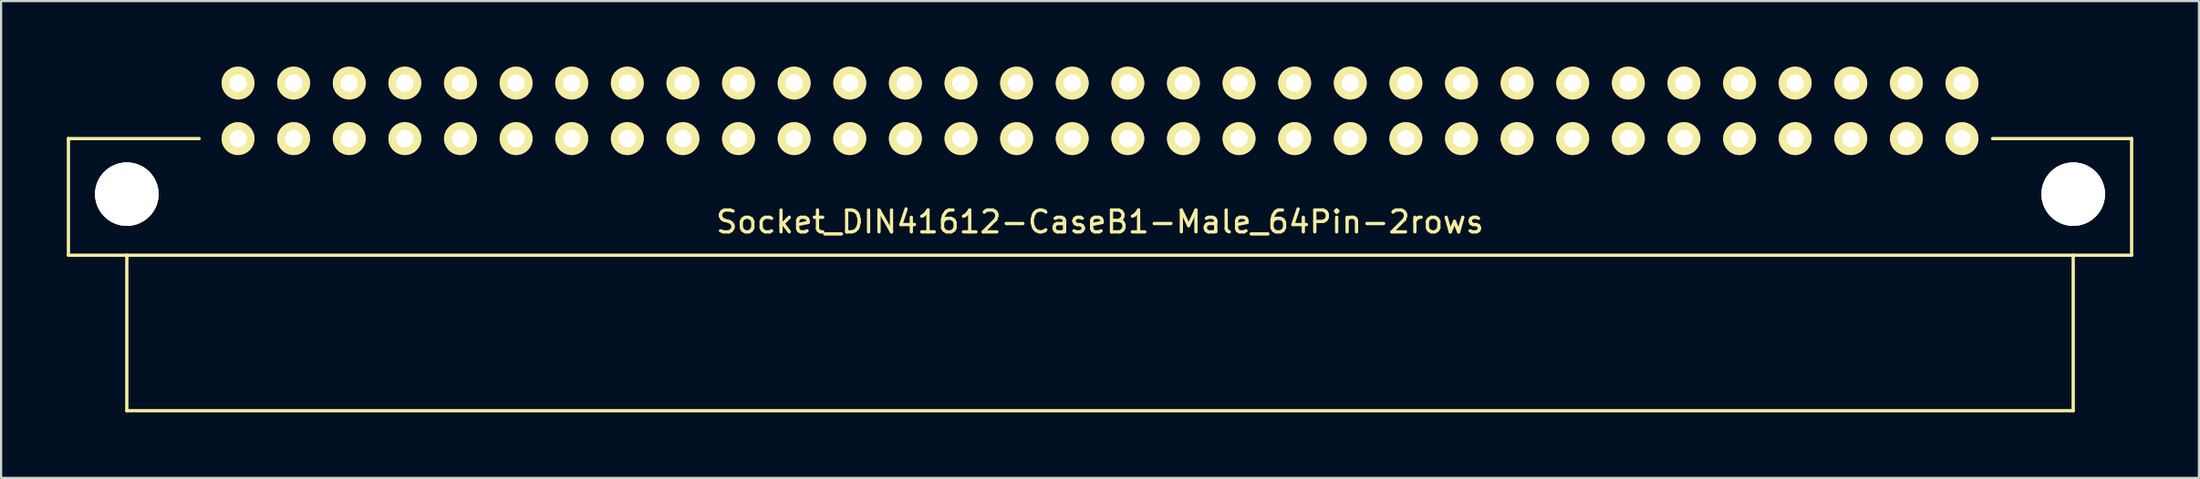
<source format=kicad_pcb>
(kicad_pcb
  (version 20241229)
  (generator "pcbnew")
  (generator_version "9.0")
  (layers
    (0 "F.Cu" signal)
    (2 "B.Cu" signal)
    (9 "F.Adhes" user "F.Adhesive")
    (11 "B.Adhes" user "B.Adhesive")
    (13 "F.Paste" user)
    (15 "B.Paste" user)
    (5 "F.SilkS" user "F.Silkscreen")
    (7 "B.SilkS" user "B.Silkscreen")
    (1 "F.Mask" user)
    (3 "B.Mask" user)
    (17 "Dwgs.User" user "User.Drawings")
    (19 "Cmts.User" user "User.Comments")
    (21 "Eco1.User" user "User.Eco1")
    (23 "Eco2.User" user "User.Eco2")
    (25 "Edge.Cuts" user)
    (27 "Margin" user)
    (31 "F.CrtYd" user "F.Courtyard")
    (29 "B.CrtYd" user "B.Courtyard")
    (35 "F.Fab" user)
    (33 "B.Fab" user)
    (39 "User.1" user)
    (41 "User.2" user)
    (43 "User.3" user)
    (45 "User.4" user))
  (footprint "Socket_DIN41612-CaseB1-Male_64Pin-2rows"
    (layer "F.Cu")
    (at 47.192 2.021)
    (property "Reference" "Socket_DIN41612-CaseB1-Male_64Pin-2rows" (at 0 5.08 0) (layer "F.SilkS") (effects (font (size 1 1) (thickness 0.15))))
    (attr through_hole)
    (fp_line (start -47.117 1.27) (end -41.148 1.27) (stroke (width 0.15) (type solid)) (layer "F.SilkS"))
    (fp_line (start -47.117 6.604) (end -47.117 1.27) (stroke (width 0.15) (type solid)) (layer "F.SilkS"))
    (fp_line (start -44.45 13.716) (end -44.45 6.604) (stroke (width 0.15) (type solid)) (layer "F.SilkS"))
    (fp_line (start 44.45 6.604) (end 44.45 13.716) (stroke (width 0.15) (type solid)) (layer "F.SilkS"))
    (fp_line (start 44.45 13.716) (end -44.45 13.716) (stroke (width 0.15) (type solid)) (layer "F.SilkS"))
    (fp_line (start 47.117 1.27) (end 40.767 1.27) (stroke (width 0.15) (type solid)) (layer "F.SilkS"))
    (fp_line (start 47.117 1.27) (end 47.117 6.604) (stroke (width 0.15) (type solid)) (layer "F.SilkS"))
    (fp_line (start 47.117 6.604) (end -47.117 6.604) (stroke (width 0.15) (type solid)) (layer "F.SilkS"))
    (pad "1" thru_hole circle (at -44.45 3.81) (size 2.901 2.901) (drill 2.901) (layers "*.Cu" "*.Mask" "F.SilkS"))
    (pad "1" thru_hole circle (at 44.45 3.81) (size 2.901 2.901) (drill 2.901) (layers "*.Cu" "*.Mask" "F.SilkS"))
    (pad "1a" thru_hole circle (at 39.37 -1.27 180) (size 1.501 1.501) (drill 0.8) (layers "*.Cu" "*.Mask" "F.SilkS"))
    (pad "1b" thru_hole circle (at 39.37 1.27 180) (size 1.501 1.501) (drill 0.8) (layers "*.Cu" "*.Mask" "F.SilkS"))
    (pad "2a" thru_hole circle (at 36.83 -1.27 180) (size 1.501 1.501) (drill 0.8) (layers "*.Cu" "*.Mask" "F.SilkS"))
    (pad "2b" thru_hole circle (at 36.83 1.27 180) (size 1.501 1.501) (drill 0.8) (layers "*.Cu" "*.Mask" "F.SilkS"))
    (pad "3a" thru_hole circle (at 34.29 -1.27 180) (size 1.501 1.501) (drill 0.8) (layers "*.Cu" "*.Mask" "F.SilkS"))
    (pad "3b" thru_hole circle (at 34.29 1.27 180) (size 1.501 1.501) (drill 0.8) (layers "*.Cu" "*.Mask" "F.SilkS"))
    (pad "4a" thru_hole circle (at 31.75 -1.27 180) (size 1.501 1.501) (drill 0.8) (layers "*.Cu" "*.Mask" "F.SilkS"))
    (pad "4b" thru_hole circle (at 31.75 1.27 180) (size 1.501 1.501) (drill 0.8) (layers "*.Cu" "*.Mask" "F.SilkS"))
    (pad "5a" thru_hole circle (at 29.21 -1.27 180) (size 1.501 1.501) (drill 0.8) (layers "*.Cu" "*.Mask" "F.SilkS"))
    (pad "5b" thru_hole circle (at 29.21 1.27 180) (size 1.501 1.501) (drill 0.8) (layers "*.Cu" "*.Mask" "F.SilkS"))
    (pad "6a" thru_hole circle (at 26.67 -1.27 180) (size 1.501 1.501) (drill 0.8) (layers "*.Cu" "*.Mask" "F.SilkS"))
    (pad "6b" thru_hole circle (at 26.67 1.27 180) (size 1.501 1.501) (drill 0.8) (layers "*.Cu" "*.Mask" "F.SilkS"))
    (pad "7a" thru_hole circle (at 24.13 -1.27 180) (size 1.501 1.501) (drill 0.8) (layers "*.Cu" "*.Mask" "F.SilkS"))
    (pad "7b" thru_hole circle (at 24.13 1.27 180) (size 1.501 1.501) (drill 0.8) (layers "*.Cu" "*.Mask" "F.SilkS"))
    (pad "8a" thru_hole circle (at 21.59 -1.27 180) (size 1.501 1.501) (drill 0.8) (layers "*.Cu" "*.Mask" "F.SilkS"))
    (pad "8b" thru_hole circle (at 21.59 1.27 180) (size 1.501 1.501) (drill 0.8) (layers "*.Cu" "*.Mask" "F.SilkS"))
    (pad "9a" thru_hole circle (at 19.05 -1.27 180) (size 1.501 1.501) (drill 0.8) (layers "*.Cu" "*.Mask" "F.SilkS"))
    (pad "9b" thru_hole circle (at 19.05 1.27 180) (size 1.501 1.501) (drill 0.8) (layers "*.Cu" "*.Mask" "F.SilkS"))
    (pad "10a" thru_hole circle (at 16.51 -1.27 180) (size 1.501 1.501) (drill 0.8) (layers "*.Cu" "*.Mask" "F.SilkS"))
    (pad "10b" thru_hole circle (at 16.51 1.27 180) (size 1.501 1.501) (drill 0.8) (layers "*.Cu" "*.Mask" "F.SilkS"))
    (pad "11a" thru_hole circle (at 13.97 -1.27 180) (size 1.501 1.501) (drill 0.8) (layers "*.Cu" "*.Mask" "F.SilkS"))
    (pad "11b" thru_hole circle (at 13.97 1.27 180) (size 1.501 1.501) (drill 0.8) (layers "*.Cu" "*.Mask" "F.SilkS"))
    (pad "12a" thru_hole circle (at 11.43 -1.27 180) (size 1.501 1.501) (drill 0.8) (layers "*.Cu" "*.Mask" "F.SilkS"))
    (pad "12b" thru_hole circle (at 11.43 1.27 180) (size 1.501 1.501) (drill 0.8) (layers "*.Cu" "*.Mask" "F.SilkS"))
    (pad "13a" thru_hole circle (at 8.89 -1.27 180) (size 1.501 1.501) (drill 0.8) (layers "*.Cu" "*.Mask" "F.SilkS"))
    (pad "13b" thru_hole circle (at 8.89 1.27 180) (size 1.501 1.501) (drill 0.8) (layers "*.Cu" "*.Mask" "F.SilkS"))
    (pad "14a" thru_hole circle (at 6.35 -1.27 180) (size 1.501 1.501) (drill 0.8) (layers "*.Cu" "*.Mask" "F.SilkS"))
    (pad "14b" thru_hole circle (at 6.35 1.27 180) (size 1.501 1.501) (drill 0.8) (layers "*.Cu" "*.Mask" "F.SilkS"))
    (pad "15a" thru_hole circle (at 3.81 -1.27 180) (size 1.501 1.501) (drill 0.8) (layers "*.Cu" "*.Mask" "F.SilkS"))
    (pad "15b" thru_hole circle (at 3.81 1.27 180) (size 1.501 1.501) (drill 0.8) (layers "*.Cu" "*.Mask" "F.SilkS"))
    (pad "16a" thru_hole circle (at 1.27 -1.27 180) (size 1.501 1.501) (drill 0.8) (layers "*.Cu" "*.Mask" "F.SilkS"))
    (pad "16b" thru_hole circle (at 1.27 1.27 180) (size 1.501 1.501) (drill 0.8) (layers "*.Cu" "*.Mask" "F.SilkS"))
    (pad "17a" thru_hole circle (at -1.27 -1.27 180) (size 1.501 1.501) (drill 0.8) (layers "*.Cu" "*.Mask" "F.SilkS"))
    (pad "17b" thru_hole circle (at -1.27 1.27 180) (size 1.501 1.501) (drill 0.8) (layers "*.Cu" "*.Mask" "F.SilkS"))
    (pad "18a" thru_hole circle (at -3.81 -1.27 180) (size 1.501 1.501) (drill 0.8) (layers "*.Cu" "*.Mask" "F.SilkS"))
    (pad "18b" thru_hole circle (at -3.81 1.27 180) (size 1.501 1.501) (drill 0.8) (layers "*.Cu" "*.Mask" "F.SilkS"))
    (pad "19a" thru_hole circle (at -6.35 -1.27 180) (size 1.501 1.501) (drill 0.8) (layers "*.Cu" "*.Mask" "F.SilkS"))
    (pad "19b" thru_hole circle (at -6.35 1.27 180) (size 1.501 1.501) (drill 0.8) (layers "*.Cu" "*.Mask" "F.SilkS"))
    (pad "20a" thru_hole circle (at -8.89 -1.27 180) (size 1.501 1.501) (drill 0.8) (layers "*.Cu" "*.Mask" "F.SilkS"))
    (pad "20b" thru_hole circle (at -8.89 1.27 180) (size 1.501 1.501) (drill 0.8) (layers "*.Cu" "*.Mask" "F.SilkS"))
    (pad "21a" thru_hole circle (at -11.43 -1.27 180) (size 1.501 1.501) (drill 0.8) (layers "*.Cu" "*.Mask" "F.SilkS"))
    (pad "21b" thru_hole circle (at -11.43 1.27 180) (size 1.501 1.501) (drill 0.8) (layers "*.Cu" "*.Mask" "F.SilkS"))
    (pad "22a" thru_hole circle (at -13.97 -1.27 180) (size 1.501 1.501) (drill 0.8) (layers "*.Cu" "*.Mask" "F.SilkS"))
    (pad "22b" thru_hole circle (at -13.97 1.27 180) (size 1.501 1.501) (drill 0.8) (layers "*.Cu" "*.Mask" "F.SilkS"))
    (pad "23a" thru_hole circle (at -16.51 -1.27 180) (size 1.501 1.501) (drill 0.8) (layers "*.Cu" "*.Mask" "F.SilkS"))
    (pad "23b" thru_hole circle (at -16.51 1.27 180) (size 1.501 1.501) (drill 0.8) (layers "*.Cu" "*.Mask" "F.SilkS"))
    (pad "24a" thru_hole circle (at -19.05 -1.27 180) (size 1.501 1.501) (drill 0.8) (layers "*.Cu" "*.Mask" "F.SilkS"))
    (pad "24b" thru_hole circle (at -19.05 1.27 180) (size 1.501 1.501) (drill 0.8) (layers "*.Cu" "*.Mask" "F.SilkS"))
    (pad "25a" thru_hole circle (at -21.59 -1.27 180) (size 1.501 1.501) (drill 0.8) (layers "*.Cu" "*.Mask" "F.SilkS"))
    (pad "25b" thru_hole circle (at -21.59 1.27 180) (size 1.501 1.501) (drill 0.8) (layers "*.Cu" "*.Mask" "F.SilkS"))
    (pad "26a" thru_hole circle (at -24.13 -1.27 180) (size 1.501 1.501) (drill 0.8) (layers "*.Cu" "*.Mask" "F.SilkS"))
    (pad "26b" thru_hole circle (at -24.13 1.27 180) (size 1.501 1.501) (drill 0.8) (layers "*.Cu" "*.Mask" "F.SilkS"))
    (pad "27a" thru_hole circle (at -26.67 -1.27 180) (size 1.501 1.501) (drill 0.8) (layers "*.Cu" "*.Mask" "F.SilkS"))
    (pad "27b" thru_hole circle (at -26.67 1.27 180) (size 1.501 1.501) (drill 0.8) (layers "*.Cu" "*.Mask" "F.SilkS"))
    (pad "28a" thru_hole circle (at -29.21 -1.27 180) (size 1.501 1.501) (drill 0.8) (layers "*.Cu" "*.Mask" "F.SilkS"))
    (pad "28b" thru_hole circle (at -29.21 1.27 180) (size 1.501 1.501) (drill 0.8) (layers "*.Cu" "*.Mask" "F.SilkS"))
    (pad "29a" thru_hole circle (at -31.75 -1.27 180) (size 1.501 1.501) (drill 0.8) (layers "*.Cu" "*.Mask" "F.SilkS"))
    (pad "29b" thru_hole circle (at -31.75 1.27 180) (size 1.501 1.501) (drill 0.8) (layers "*.Cu" "*.Mask" "F.SilkS"))
    (pad "30a" thru_hole circle (at -34.29 -1.27 180) (size 1.501 1.501) (drill 0.8) (layers "*.Cu" "*.Mask" "F.SilkS"))
    (pad "30b" thru_hole circle (at -34.29 1.27 180) (size 1.501 1.501) (drill 0.8) (layers "*.Cu" "*.Mask" "F.SilkS"))
    (pad "31a" thru_hole circle (at -36.83 -1.27 180) (size 1.501 1.501) (drill 0.8) (layers "*.Cu" "*.Mask" "F.SilkS"))
    (pad "31b" thru_hole circle (at -36.83 1.27 180) (size 1.501 1.501) (drill 0.8) (layers "*.Cu" "*.Mask" "F.SilkS"))
    (pad "32a" thru_hole circle (at -39.37 -1.27 180) (size 1.501 1.501) (drill 0.8) (layers "*.Cu" "*.Mask" "F.SilkS"))
    (pad "32b" thru_hole circle (at -39.37 1.27 180) (size 1.501 1.501) (drill 0.8) (layers "*.Cu" "*.Mask" "F.SilkS")))
  (gr_rect
    (start -3 -3)
    (end 97.384 18.812)
    (stroke (width 0.1) (type default))
    (fill no)
    (layer "Edge.Cuts")))
</source>
